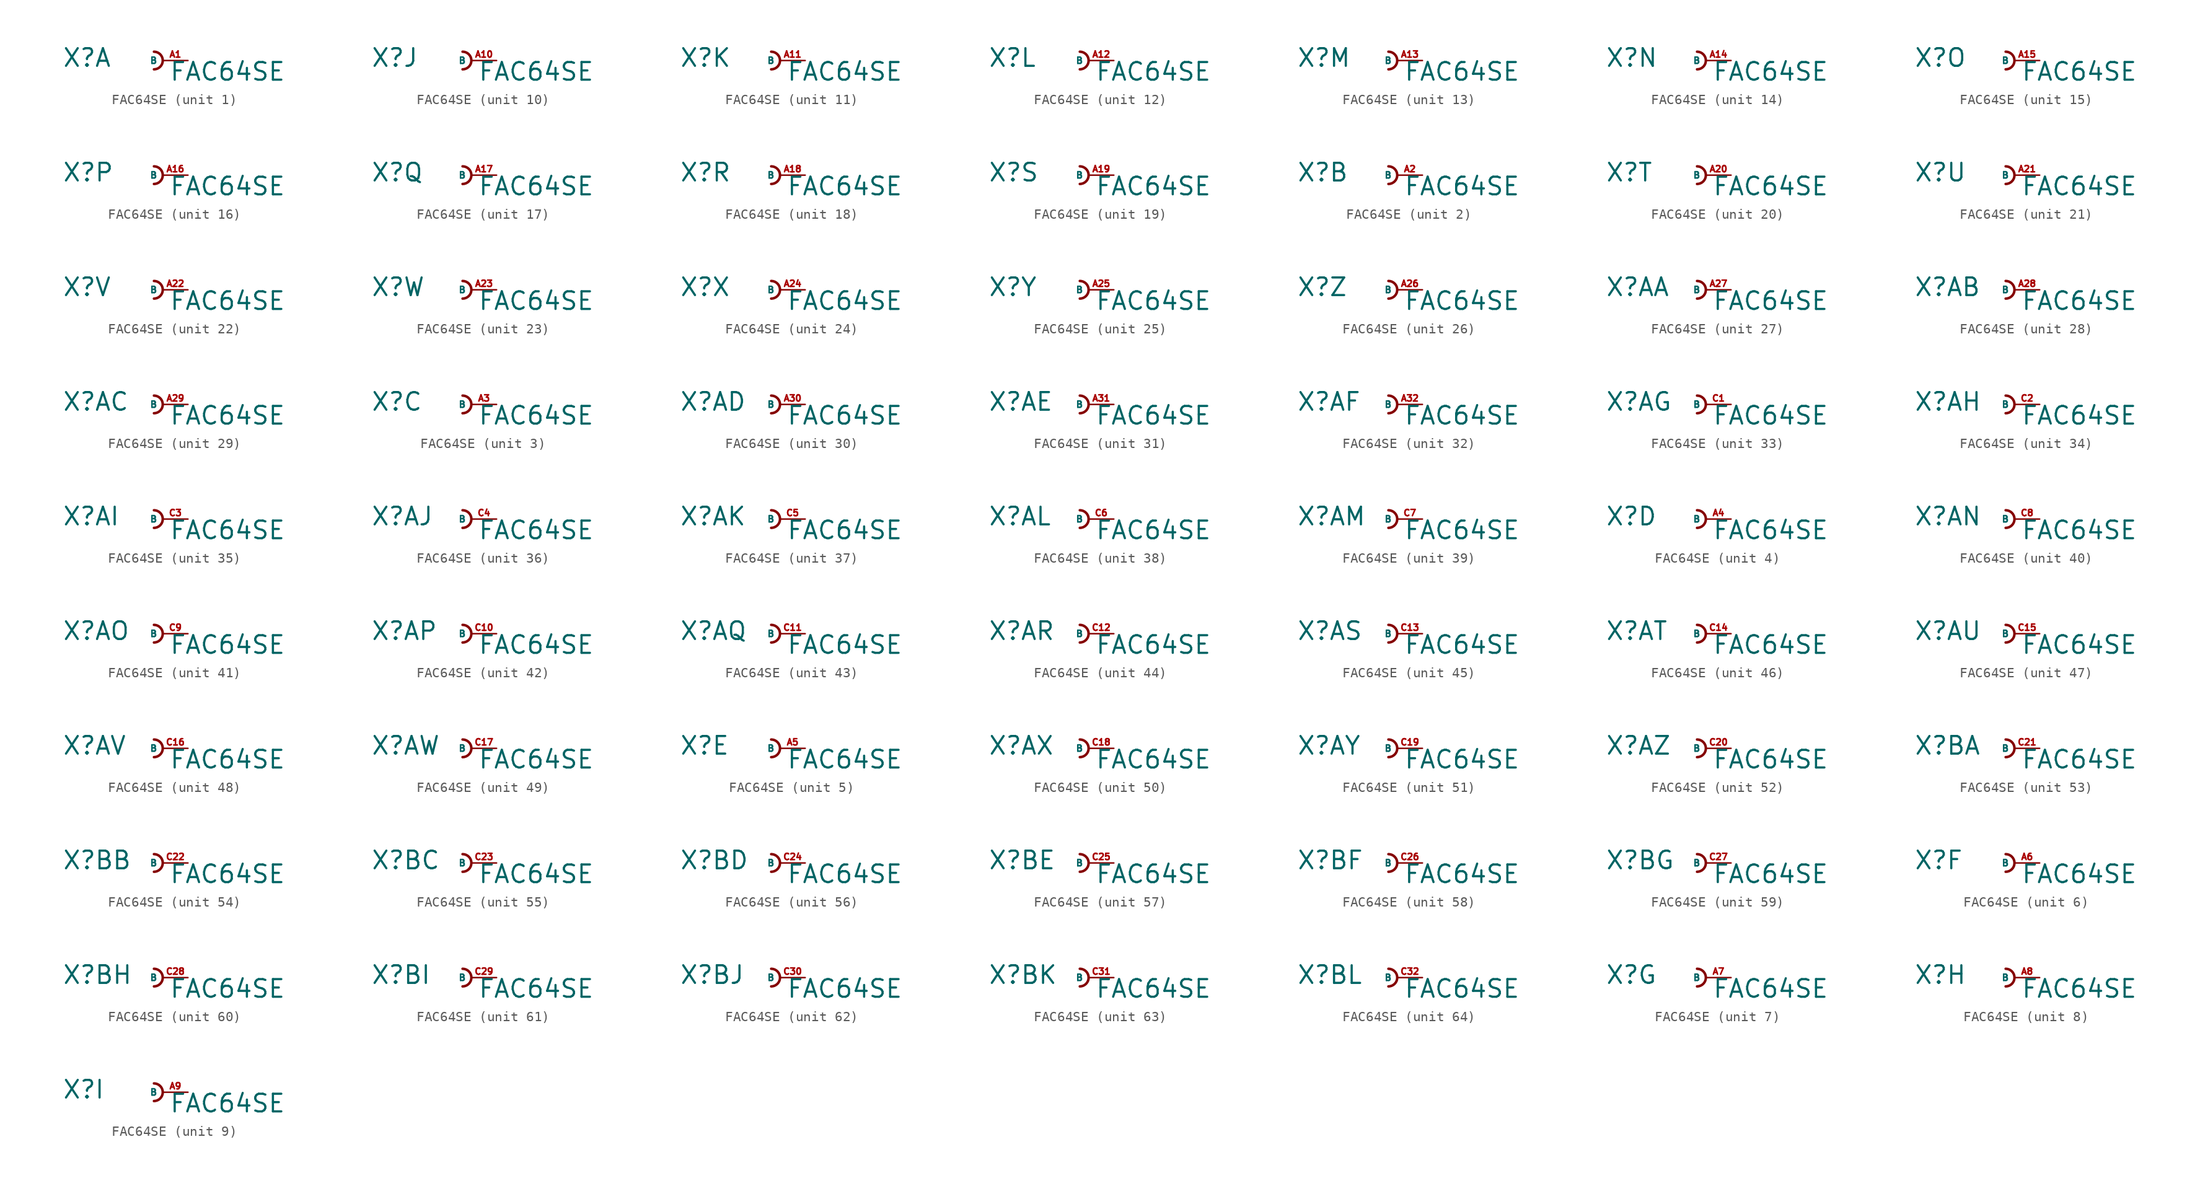
<source format=kicad_sym>
(kicad_symbol_lib
  (version 20220914)
  (generator Eagle2Kicad)
  (symbol "FAC64SE"
    (property "Reference" "X"
      (at -10.16 -0.762 0)
      (effects (font (size 1.778 1.778) (thickness 0.22)) (justify left bottom)))
    (property "Value" "FAC64SE"
      (at 0.635 -2.159 0)
      (effects (font (size 1.778 1.778) (thickness 0.22)) (justify left bottom)))
    (symbol "FAC64SE_1_0"
      (arc (start -0.889 -0.889) (mid 0.000 0.000) (end -0.889 0.889) (stroke (width 0.254) (type default)) (fill (type none)))
      (pin passive line (at 2.54 0 180) (length 2.54) (name "B" (effects (font (size 0.635 0.635) (thickness 0.08)) (justify left bottom))) (number "A1" (effects (font (size 0.635 0.635) (thickness 0.08)) (justify left bottom)))))
    (symbol "FAC64SE_2_0"
      (arc (start -0.889 -0.889) (mid 0.000 0.000) (end -0.889 0.889) (stroke (width 0.254) (type default)) (fill (type none)))
      (pin passive line (at 2.54 0 180) (length 2.54) (name "B" (effects (font (size 0.635 0.635) (thickness 0.08)) (justify left bottom))) (number "A2" (effects (font (size 0.635 0.635) (thickness 0.08)) (justify left bottom)))))
    (symbol "FAC64SE_3_0"
      (arc (start -0.889 -0.889) (mid 0.000 0.000) (end -0.889 0.889) (stroke (width 0.254) (type default)) (fill (type none)))
      (pin passive line (at 2.54 0 180) (length 2.54) (name "B" (effects (font (size 0.635 0.635) (thickness 0.08)) (justify left bottom))) (number "A3" (effects (font (size 0.635 0.635) (thickness 0.08)) (justify left bottom)))))
    (symbol "FAC64SE_4_0"
      (arc (start -0.889 -0.889) (mid 0.000 0.000) (end -0.889 0.889) (stroke (width 0.254) (type default)) (fill (type none)))
      (pin passive line (at 2.54 0 180) (length 2.54) (name "B" (effects (font (size 0.635 0.635) (thickness 0.08)) (justify left bottom))) (number "A4" (effects (font (size 0.635 0.635) (thickness 0.08)) (justify left bottom)))))
    (symbol "FAC64SE_5_0"
      (arc (start -0.889 -0.889) (mid 0.000 0.000) (end -0.889 0.889) (stroke (width 0.254) (type default)) (fill (type none)))
      (pin passive line (at 2.54 0 180) (length 2.54) (name "B" (effects (font (size 0.635 0.635) (thickness 0.08)) (justify left bottom))) (number "A5" (effects (font (size 0.635 0.635) (thickness 0.08)) (justify left bottom)))))
    (symbol "FAC64SE_6_0"
      (arc (start -0.889 -0.889) (mid 0.000 0.000) (end -0.889 0.889) (stroke (width 0.254) (type default)) (fill (type none)))
      (pin passive line (at 2.54 0 180) (length 2.54) (name "B" (effects (font (size 0.635 0.635) (thickness 0.08)) (justify left bottom))) (number "A6" (effects (font (size 0.635 0.635) (thickness 0.08)) (justify left bottom)))))
    (symbol "FAC64SE_7_0"
      (arc (start -0.889 -0.889) (mid 0.000 0.000) (end -0.889 0.889) (stroke (width 0.254) (type default)) (fill (type none)))
      (pin passive line (at 2.54 0 180) (length 2.54) (name "B" (effects (font (size 0.635 0.635) (thickness 0.08)) (justify left bottom))) (number "A7" (effects (font (size 0.635 0.635) (thickness 0.08)) (justify left bottom)))))
    (symbol "FAC64SE_8_0"
      (arc (start -0.889 -0.889) (mid 0.000 0.000) (end -0.889 0.889) (stroke (width 0.254) (type default)) (fill (type none)))
      (pin passive line (at 2.54 0 180) (length 2.54) (name "B" (effects (font (size 0.635 0.635) (thickness 0.08)) (justify left bottom))) (number "A8" (effects (font (size 0.635 0.635) (thickness 0.08)) (justify left bottom)))))
    (symbol "FAC64SE_9_0"
      (arc (start -0.889 -0.889) (mid 0.000 0.000) (end -0.889 0.889) (stroke (width 0.254) (type default)) (fill (type none)))
      (pin passive line (at 2.54 0 180) (length 2.54) (name "B" (effects (font (size 0.635 0.635) (thickness 0.08)) (justify left bottom))) (number "A9" (effects (font (size 0.635 0.635) (thickness 0.08)) (justify left bottom)))))
    (symbol "FAC64SE_10_0"
      (arc (start -0.889 -0.889) (mid 0.000 0.000) (end -0.889 0.889) (stroke (width 0.254) (type default)) (fill (type none)))
      (pin passive line (at 2.54 0 180) (length 2.54) (name "B" (effects (font (size 0.635 0.635) (thickness 0.08)) (justify left bottom))) (number "A10" (effects (font (size 0.635 0.635) (thickness 0.08)) (justify left bottom)))))
    (symbol "FAC64SE_11_0"
      (arc (start -0.889 -0.889) (mid 0.000 0.000) (end -0.889 0.889) (stroke (width 0.254) (type default)) (fill (type none)))
      (pin passive line (at 2.54 0 180) (length 2.54) (name "B" (effects (font (size 0.635 0.635) (thickness 0.08)) (justify left bottom))) (number "A11" (effects (font (size 0.635 0.635) (thickness 0.08)) (justify left bottom)))))
    (symbol "FAC64SE_12_0"
      (arc (start -0.889 -0.889) (mid 0.000 0.000) (end -0.889 0.889) (stroke (width 0.254) (type default)) (fill (type none)))
      (pin passive line (at 2.54 0 180) (length 2.54) (name "B" (effects (font (size 0.635 0.635) (thickness 0.08)) (justify left bottom))) (number "A12" (effects (font (size 0.635 0.635) (thickness 0.08)) (justify left bottom)))))
    (symbol "FAC64SE_13_0"
      (arc (start -0.889 -0.889) (mid 0.000 0.000) (end -0.889 0.889) (stroke (width 0.254) (type default)) (fill (type none)))
      (pin passive line (at 2.54 0 180) (length 2.54) (name "B" (effects (font (size 0.635 0.635) (thickness 0.08)) (justify left bottom))) (number "A13" (effects (font (size 0.635 0.635) (thickness 0.08)) (justify left bottom)))))
    (symbol "FAC64SE_14_0"
      (arc (start -0.889 -0.889) (mid 0.000 0.000) (end -0.889 0.889) (stroke (width 0.254) (type default)) (fill (type none)))
      (pin passive line (at 2.54 0 180) (length 2.54) (name "B" (effects (font (size 0.635 0.635) (thickness 0.08)) (justify left bottom))) (number "A14" (effects (font (size 0.635 0.635) (thickness 0.08)) (justify left bottom)))))
    (symbol "FAC64SE_15_0"
      (arc (start -0.889 -0.889) (mid 0.000 0.000) (end -0.889 0.889) (stroke (width 0.254) (type default)) (fill (type none)))
      (pin passive line (at 2.54 0 180) (length 2.54) (name "B" (effects (font (size 0.635 0.635) (thickness 0.08)) (justify left bottom))) (number "A15" (effects (font (size 0.635 0.635) (thickness 0.08)) (justify left bottom)))))
    (symbol "FAC64SE_16_0"
      (arc (start -0.889 -0.889) (mid 0.000 0.000) (end -0.889 0.889) (stroke (width 0.254) (type default)) (fill (type none)))
      (pin passive line (at 2.54 0 180) (length 2.54) (name "B" (effects (font (size 0.635 0.635) (thickness 0.08)) (justify left bottom))) (number "A16" (effects (font (size 0.635 0.635) (thickness 0.08)) (justify left bottom)))))
    (symbol "FAC64SE_17_0"
      (arc (start -0.889 -0.889) (mid 0.000 0.000) (end -0.889 0.889) (stroke (width 0.254) (type default)) (fill (type none)))
      (pin passive line (at 2.54 0 180) (length 2.54) (name "B" (effects (font (size 0.635 0.635) (thickness 0.08)) (justify left bottom))) (number "A17" (effects (font (size 0.635 0.635) (thickness 0.08)) (justify left bottom)))))
    (symbol "FAC64SE_18_0"
      (arc (start -0.889 -0.889) (mid 0.000 0.000) (end -0.889 0.889) (stroke (width 0.254) (type default)) (fill (type none)))
      (pin passive line (at 2.54 0 180) (length 2.54) (name "B" (effects (font (size 0.635 0.635) (thickness 0.08)) (justify left bottom))) (number "A18" (effects (font (size 0.635 0.635) (thickness 0.08)) (justify left bottom)))))
    (symbol "FAC64SE_19_0"
      (arc (start -0.889 -0.889) (mid 0.000 0.000) (end -0.889 0.889) (stroke (width 0.254) (type default)) (fill (type none)))
      (pin passive line (at 2.54 0 180) (length 2.54) (name "B" (effects (font (size 0.635 0.635) (thickness 0.08)) (justify left bottom))) (number "A19" (effects (font (size 0.635 0.635) (thickness 0.08)) (justify left bottom)))))
    (symbol "FAC64SE_20_0"
      (arc (start -0.889 -0.889) (mid 0.000 0.000) (end -0.889 0.889) (stroke (width 0.254) (type default)) (fill (type none)))
      (pin passive line (at 2.54 0 180) (length 2.54) (name "B" (effects (font (size 0.635 0.635) (thickness 0.08)) (justify left bottom))) (number "A20" (effects (font (size 0.635 0.635) (thickness 0.08)) (justify left bottom)))))
    (symbol "FAC64SE_21_0"
      (arc (start -0.889 -0.889) (mid 0.000 0.000) (end -0.889 0.889) (stroke (width 0.254) (type default)) (fill (type none)))
      (pin passive line (at 2.54 0 180) (length 2.54) (name "B" (effects (font (size 0.635 0.635) (thickness 0.08)) (justify left bottom))) (number "A21" (effects (font (size 0.635 0.635) (thickness 0.08)) (justify left bottom)))))
    (symbol "FAC64SE_22_0"
      (arc (start -0.889 -0.889) (mid 0.000 0.000) (end -0.889 0.889) (stroke (width 0.254) (type default)) (fill (type none)))
      (pin passive line (at 2.54 0 180) (length 2.54) (name "B" (effects (font (size 0.635 0.635) (thickness 0.08)) (justify left bottom))) (number "A22" (effects (font (size 0.635 0.635) (thickness 0.08)) (justify left bottom)))))
    (symbol "FAC64SE_23_0"
      (arc (start -0.889 -0.889) (mid 0.000 0.000) (end -0.889 0.889) (stroke (width 0.254) (type default)) (fill (type none)))
      (pin passive line (at 2.54 0 180) (length 2.54) (name "B" (effects (font (size 0.635 0.635) (thickness 0.08)) (justify left bottom))) (number "A23" (effects (font (size 0.635 0.635) (thickness 0.08)) (justify left bottom)))))
    (symbol "FAC64SE_24_0"
      (arc (start -0.889 -0.889) (mid 0.000 0.000) (end -0.889 0.889) (stroke (width 0.254) (type default)) (fill (type none)))
      (pin passive line (at 2.54 0 180) (length 2.54) (name "B" (effects (font (size 0.635 0.635) (thickness 0.08)) (justify left bottom))) (number "A24" (effects (font (size 0.635 0.635) (thickness 0.08)) (justify left bottom)))))
    (symbol "FAC64SE_25_0"
      (arc (start -0.889 -0.889) (mid 0.000 0.000) (end -0.889 0.889) (stroke (width 0.254) (type default)) (fill (type none)))
      (pin passive line (at 2.54 0 180) (length 2.54) (name "B" (effects (font (size 0.635 0.635) (thickness 0.08)) (justify left bottom))) (number "A25" (effects (font (size 0.635 0.635) (thickness 0.08)) (justify left bottom)))))
    (symbol "FAC64SE_26_0"
      (arc (start -0.889 -0.889) (mid 0.000 0.000) (end -0.889 0.889) (stroke (width 0.254) (type default)) (fill (type none)))
      (pin passive line (at 2.54 0 180) (length 2.54) (name "B" (effects (font (size 0.635 0.635) (thickness 0.08)) (justify left bottom))) (number "A26" (effects (font (size 0.635 0.635) (thickness 0.08)) (justify left bottom)))))
    (symbol "FAC64SE_27_0"
      (arc (start -0.889 -0.889) (mid 0.000 0.000) (end -0.889 0.889) (stroke (width 0.254) (type default)) (fill (type none)))
      (pin passive line (at 2.54 0 180) (length 2.54) (name "B" (effects (font (size 0.635 0.635) (thickness 0.08)) (justify left bottom))) (number "A27" (effects (font (size 0.635 0.635) (thickness 0.08)) (justify left bottom)))))
    (symbol "FAC64SE_28_0"
      (arc (start -0.889 -0.889) (mid 0.000 0.000) (end -0.889 0.889) (stroke (width 0.254) (type default)) (fill (type none)))
      (pin passive line (at 2.54 0 180) (length 2.54) (name "B" (effects (font (size 0.635 0.635) (thickness 0.08)) (justify left bottom))) (number "A28" (effects (font (size 0.635 0.635) (thickness 0.08)) (justify left bottom)))))
    (symbol "FAC64SE_29_0"
      (arc (start -0.889 -0.889) (mid 0.000 0.000) (end -0.889 0.889) (stroke (width 0.254) (type default)) (fill (type none)))
      (pin passive line (at 2.54 0 180) (length 2.54) (name "B" (effects (font (size 0.635 0.635) (thickness 0.08)) (justify left bottom))) (number "A29" (effects (font (size 0.635 0.635) (thickness 0.08)) (justify left bottom)))))
    (symbol "FAC64SE_30_0"
      (arc (start -0.889 -0.889) (mid 0.000 0.000) (end -0.889 0.889) (stroke (width 0.254) (type default)) (fill (type none)))
      (pin passive line (at 2.54 0 180) (length 2.54) (name "B" (effects (font (size 0.635 0.635) (thickness 0.08)) (justify left bottom))) (number "A30" (effects (font (size 0.635 0.635) (thickness 0.08)) (justify left bottom)))))
    (symbol "FAC64SE_31_0"
      (arc (start -0.889 -0.889) (mid 0.000 0.000) (end -0.889 0.889) (stroke (width 0.254) (type default)) (fill (type none)))
      (pin passive line (at 2.54 0 180) (length 2.54) (name "B" (effects (font (size 0.635 0.635) (thickness 0.08)) (justify left bottom))) (number "A31" (effects (font (size 0.635 0.635) (thickness 0.08)) (justify left bottom)))))
    (symbol "FAC64SE_32_0"
      (arc (start -0.889 -0.889) (mid 0.000 0.000) (end -0.889 0.889) (stroke (width 0.254) (type default)) (fill (type none)))
      (pin passive line (at 2.54 0 180) (length 2.54) (name "B" (effects (font (size 0.635 0.635) (thickness 0.08)) (justify left bottom))) (number "A32" (effects (font (size 0.635 0.635) (thickness 0.08)) (justify left bottom)))))
    (symbol "FAC64SE_33_0"
      (arc (start -0.889 -0.889) (mid 0.000 0.000) (end -0.889 0.889) (stroke (width 0.254) (type default)) (fill (type none)))
      (pin passive line (at 2.54 0 180) (length 2.54) (name "B" (effects (font (size 0.635 0.635) (thickness 0.08)) (justify left bottom))) (number "C1" (effects (font (size 0.635 0.635) (thickness 0.08)) (justify left bottom)))))
    (symbol "FAC64SE_34_0"
      (arc (start -0.889 -0.889) (mid 0.000 0.000) (end -0.889 0.889) (stroke (width 0.254) (type default)) (fill (type none)))
      (pin passive line (at 2.54 0 180) (length 2.54) (name "B" (effects (font (size 0.635 0.635) (thickness 0.08)) (justify left bottom))) (number "C2" (effects (font (size 0.635 0.635) (thickness 0.08)) (justify left bottom)))))
    (symbol "FAC64SE_35_0"
      (arc (start -0.889 -0.889) (mid 0.000 0.000) (end -0.889 0.889) (stroke (width 0.254) (type default)) (fill (type none)))
      (pin passive line (at 2.54 0 180) (length 2.54) (name "B" (effects (font (size 0.635 0.635) (thickness 0.08)) (justify left bottom))) (number "C3" (effects (font (size 0.635 0.635) (thickness 0.08)) (justify left bottom)))))
    (symbol "FAC64SE_36_0"
      (arc (start -0.889 -0.889) (mid 0.000 0.000) (end -0.889 0.889) (stroke (width 0.254) (type default)) (fill (type none)))
      (pin passive line (at 2.54 0 180) (length 2.54) (name "B" (effects (font (size 0.635 0.635) (thickness 0.08)) (justify left bottom))) (number "C4" (effects (font (size 0.635 0.635) (thickness 0.08)) (justify left bottom)))))
    (symbol "FAC64SE_37_0"
      (arc (start -0.889 -0.889) (mid 0.000 0.000) (end -0.889 0.889) (stroke (width 0.254) (type default)) (fill (type none)))
      (pin passive line (at 2.54 0 180) (length 2.54) (name "B" (effects (font (size 0.635 0.635) (thickness 0.08)) (justify left bottom))) (number "C5" (effects (font (size 0.635 0.635) (thickness 0.08)) (justify left bottom)))))
    (symbol "FAC64SE_38_0"
      (arc (start -0.889 -0.889) (mid 0.000 0.000) (end -0.889 0.889) (stroke (width 0.254) (type default)) (fill (type none)))
      (pin passive line (at 2.54 0 180) (length 2.54) (name "B" (effects (font (size 0.635 0.635) (thickness 0.08)) (justify left bottom))) (number "C6" (effects (font (size 0.635 0.635) (thickness 0.08)) (justify left bottom)))))
    (symbol "FAC64SE_39_0"
      (arc (start -0.889 -0.889) (mid 0.000 0.000) (end -0.889 0.889) (stroke (width 0.254) (type default)) (fill (type none)))
      (pin passive line (at 2.54 0 180) (length 2.54) (name "B" (effects (font (size 0.635 0.635) (thickness 0.08)) (justify left bottom))) (number "C7" (effects (font (size 0.635 0.635) (thickness 0.08)) (justify left bottom)))))
    (symbol "FAC64SE_40_0"
      (arc (start -0.889 -0.889) (mid 0.000 0.000) (end -0.889 0.889) (stroke (width 0.254) (type default)) (fill (type none)))
      (pin passive line (at 2.54 0 180) (length 2.54) (name "B" (effects (font (size 0.635 0.635) (thickness 0.08)) (justify left bottom))) (number "C8" (effects (font (size 0.635 0.635) (thickness 0.08)) (justify left bottom)))))
    (symbol "FAC64SE_41_0"
      (arc (start -0.889 -0.889) (mid 0.000 0.000) (end -0.889 0.889) (stroke (width 0.254) (type default)) (fill (type none)))
      (pin passive line (at 2.54 0 180) (length 2.54) (name "B" (effects (font (size 0.635 0.635) (thickness 0.08)) (justify left bottom))) (number "C9" (effects (font (size 0.635 0.635) (thickness 0.08)) (justify left bottom)))))
    (symbol "FAC64SE_42_0"
      (arc (start -0.889 -0.889) (mid 0.000 0.000) (end -0.889 0.889) (stroke (width 0.254) (type default)) (fill (type none)))
      (pin passive line (at 2.54 0 180) (length 2.54) (name "B" (effects (font (size 0.635 0.635) (thickness 0.08)) (justify left bottom))) (number "C10" (effects (font (size 0.635 0.635) (thickness 0.08)) (justify left bottom)))))
    (symbol "FAC64SE_43_0"
      (arc (start -0.889 -0.889) (mid 0.000 0.000) (end -0.889 0.889) (stroke (width 0.254) (type default)) (fill (type none)))
      (pin passive line (at 2.54 0 180) (length 2.54) (name "B" (effects (font (size 0.635 0.635) (thickness 0.08)) (justify left bottom))) (number "C11" (effects (font (size 0.635 0.635) (thickness 0.08)) (justify left bottom)))))
    (symbol "FAC64SE_44_0"
      (arc (start -0.889 -0.889) (mid 0.000 0.000) (end -0.889 0.889) (stroke (width 0.254) (type default)) (fill (type none)))
      (pin passive line (at 2.54 0 180) (length 2.54) (name "B" (effects (font (size 0.635 0.635) (thickness 0.08)) (justify left bottom))) (number "C12" (effects (font (size 0.635 0.635) (thickness 0.08)) (justify left bottom)))))
    (symbol "FAC64SE_45_0"
      (arc (start -0.889 -0.889) (mid 0.000 0.000) (end -0.889 0.889) (stroke (width 0.254) (type default)) (fill (type none)))
      (pin passive line (at 2.54 0 180) (length 2.54) (name "B" (effects (font (size 0.635 0.635) (thickness 0.08)) (justify left bottom))) (number "C13" (effects (font (size 0.635 0.635) (thickness 0.08)) (justify left bottom)))))
    (symbol "FAC64SE_46_0"
      (arc (start -0.889 -0.889) (mid 0.000 0.000) (end -0.889 0.889) (stroke (width 0.254) (type default)) (fill (type none)))
      (pin passive line (at 2.54 0 180) (length 2.54) (name "B" (effects (font (size 0.635 0.635) (thickness 0.08)) (justify left bottom))) (number "C14" (effects (font (size 0.635 0.635) (thickness 0.08)) (justify left bottom)))))
    (symbol "FAC64SE_47_0"
      (arc (start -0.889 -0.889) (mid 0.000 0.000) (end -0.889 0.889) (stroke (width 0.254) (type default)) (fill (type none)))
      (pin passive line (at 2.54 0 180) (length 2.54) (name "B" (effects (font (size 0.635 0.635) (thickness 0.08)) (justify left bottom))) (number "C15" (effects (font (size 0.635 0.635) (thickness 0.08)) (justify left bottom)))))
    (symbol "FAC64SE_48_0"
      (arc (start -0.889 -0.889) (mid 0.000 0.000) (end -0.889 0.889) (stroke (width 0.254) (type default)) (fill (type none)))
      (pin passive line (at 2.54 0 180) (length 2.54) (name "B" (effects (font (size 0.635 0.635) (thickness 0.08)) (justify left bottom))) (number "C16" (effects (font (size 0.635 0.635) (thickness 0.08)) (justify left bottom)))))
    (symbol "FAC64SE_49_0"
      (arc (start -0.889 -0.889) (mid 0.000 0.000) (end -0.889 0.889) (stroke (width 0.254) (type default)) (fill (type none)))
      (pin passive line (at 2.54 0 180) (length 2.54) (name "B" (effects (font (size 0.635 0.635) (thickness 0.08)) (justify left bottom))) (number "C17" (effects (font (size 0.635 0.635) (thickness 0.08)) (justify left bottom)))))
    (symbol "FAC64SE_50_0"
      (arc (start -0.889 -0.889) (mid 0.000 0.000) (end -0.889 0.889) (stroke (width 0.254) (type default)) (fill (type none)))
      (pin passive line (at 2.54 0 180) (length 2.54) (name "B" (effects (font (size 0.635 0.635) (thickness 0.08)) (justify left bottom))) (number "C18" (effects (font (size 0.635 0.635) (thickness 0.08)) (justify left bottom)))))
    (symbol "FAC64SE_51_0"
      (arc (start -0.889 -0.889) (mid 0.000 0.000) (end -0.889 0.889) (stroke (width 0.254) (type default)) (fill (type none)))
      (pin passive line (at 2.54 0 180) (length 2.54) (name "B" (effects (font (size 0.635 0.635) (thickness 0.08)) (justify left bottom))) (number "C19" (effects (font (size 0.635 0.635) (thickness 0.08)) (justify left bottom)))))
    (symbol "FAC64SE_52_0"
      (arc (start -0.889 -0.889) (mid 0.000 0.000) (end -0.889 0.889) (stroke (width 0.254) (type default)) (fill (type none)))
      (pin passive line (at 2.54 0 180) (length 2.54) (name "B" (effects (font (size 0.635 0.635) (thickness 0.08)) (justify left bottom))) (number "C20" (effects (font (size 0.635 0.635) (thickness 0.08)) (justify left bottom)))))
    (symbol "FAC64SE_53_0"
      (arc (start -0.889 -0.889) (mid 0.000 0.000) (end -0.889 0.889) (stroke (width 0.254) (type default)) (fill (type none)))
      (pin passive line (at 2.54 0 180) (length 2.54) (name "B" (effects (font (size 0.635 0.635) (thickness 0.08)) (justify left bottom))) (number "C21" (effects (font (size 0.635 0.635) (thickness 0.08)) (justify left bottom)))))
    (symbol "FAC64SE_54_0"
      (arc (start -0.889 -0.889) (mid 0.000 0.000) (end -0.889 0.889) (stroke (width 0.254) (type default)) (fill (type none)))
      (pin passive line (at 2.54 0 180) (length 2.54) (name "B" (effects (font (size 0.635 0.635) (thickness 0.08)) (justify left bottom))) (number "C22" (effects (font (size 0.635 0.635) (thickness 0.08)) (justify left bottom)))))
    (symbol "FAC64SE_55_0"
      (arc (start -0.889 -0.889) (mid 0.000 0.000) (end -0.889 0.889) (stroke (width 0.254) (type default)) (fill (type none)))
      (pin passive line (at 2.54 0 180) (length 2.54) (name "B" (effects (font (size 0.635 0.635) (thickness 0.08)) (justify left bottom))) (number "C23" (effects (font (size 0.635 0.635) (thickness 0.08)) (justify left bottom)))))
    (symbol "FAC64SE_56_0"
      (arc (start -0.889 -0.889) (mid 0.000 0.000) (end -0.889 0.889) (stroke (width 0.254) (type default)) (fill (type none)))
      (pin passive line (at 2.54 0 180) (length 2.54) (name "B" (effects (font (size 0.635 0.635) (thickness 0.08)) (justify left bottom))) (number "C24" (effects (font (size 0.635 0.635) (thickness 0.08)) (justify left bottom)))))
    (symbol "FAC64SE_57_0"
      (arc (start -0.889 -0.889) (mid 0.000 0.000) (end -0.889 0.889) (stroke (width 0.254) (type default)) (fill (type none)))
      (pin passive line (at 2.54 0 180) (length 2.54) (name "B" (effects (font (size 0.635 0.635) (thickness 0.08)) (justify left bottom))) (number "C25" (effects (font (size 0.635 0.635) (thickness 0.08)) (justify left bottom)))))
    (symbol "FAC64SE_58_0"
      (arc (start -0.889 -0.889) (mid 0.000 0.000) (end -0.889 0.889) (stroke (width 0.254) (type default)) (fill (type none)))
      (pin passive line (at 2.54 0 180) (length 2.54) (name "B" (effects (font (size 0.635 0.635) (thickness 0.08)) (justify left bottom))) (number "C26" (effects (font (size 0.635 0.635) (thickness 0.08)) (justify left bottom)))))
    (symbol "FAC64SE_59_0"
      (arc (start -0.889 -0.889) (mid 0.000 0.000) (end -0.889 0.889) (stroke (width 0.254) (type default)) (fill (type none)))
      (pin passive line (at 2.54 0 180) (length 2.54) (name "B" (effects (font (size 0.635 0.635) (thickness 0.08)) (justify left bottom))) (number "C27" (effects (font (size 0.635 0.635) (thickness 0.08)) (justify left bottom)))))
    (symbol "FAC64SE_60_0"
      (arc (start -0.889 -0.889) (mid 0.000 0.000) (end -0.889 0.889) (stroke (width 0.254) (type default)) (fill (type none)))
      (pin passive line (at 2.54 0 180) (length 2.54) (name "B" (effects (font (size 0.635 0.635) (thickness 0.08)) (justify left bottom))) (number "C28" (effects (font (size 0.635 0.635) (thickness 0.08)) (justify left bottom)))))
    (symbol "FAC64SE_61_0"
      (arc (start -0.889 -0.889) (mid 0.000 0.000) (end -0.889 0.889) (stroke (width 0.254) (type default)) (fill (type none)))
      (pin passive line (at 2.54 0 180) (length 2.54) (name "B" (effects (font (size 0.635 0.635) (thickness 0.08)) (justify left bottom))) (number "C29" (effects (font (size 0.635 0.635) (thickness 0.08)) (justify left bottom)))))
    (symbol "FAC64SE_62_0"
      (arc (start -0.889 -0.889) (mid 0.000 0.000) (end -0.889 0.889) (stroke (width 0.254) (type default)) (fill (type none)))
      (pin passive line (at 2.54 0 180) (length 2.54) (name "B" (effects (font (size 0.635 0.635) (thickness 0.08)) (justify left bottom))) (number "C30" (effects (font (size 0.635 0.635) (thickness 0.08)) (justify left bottom)))))
    (symbol "FAC64SE_63_0"
      (arc (start -0.889 -0.889) (mid 0.000 0.000) (end -0.889 0.889) (stroke (width 0.254) (type default)) (fill (type none)))
      (pin passive line (at 2.54 0 180) (length 2.54) (name "B" (effects (font (size 0.635 0.635) (thickness 0.08)) (justify left bottom))) (number "C31" (effects (font (size 0.635 0.635) (thickness 0.08)) (justify left bottom)))))
    (symbol "FAC64SE_64_0"
      (arc (start -0.889 -0.889) (mid 0.000 0.000) (end -0.889 0.889) (stroke (width 0.254) (type default)) (fill (type none)))
      (pin passive line (at 2.54 0 180) (length 2.54) (name "B" (effects (font (size 0.635 0.635) (thickness 0.08)) (justify left bottom))) (number "C32" (effects (font (size 0.635 0.635) (thickness 0.08)) (justify left bottom)))))))
</source>
